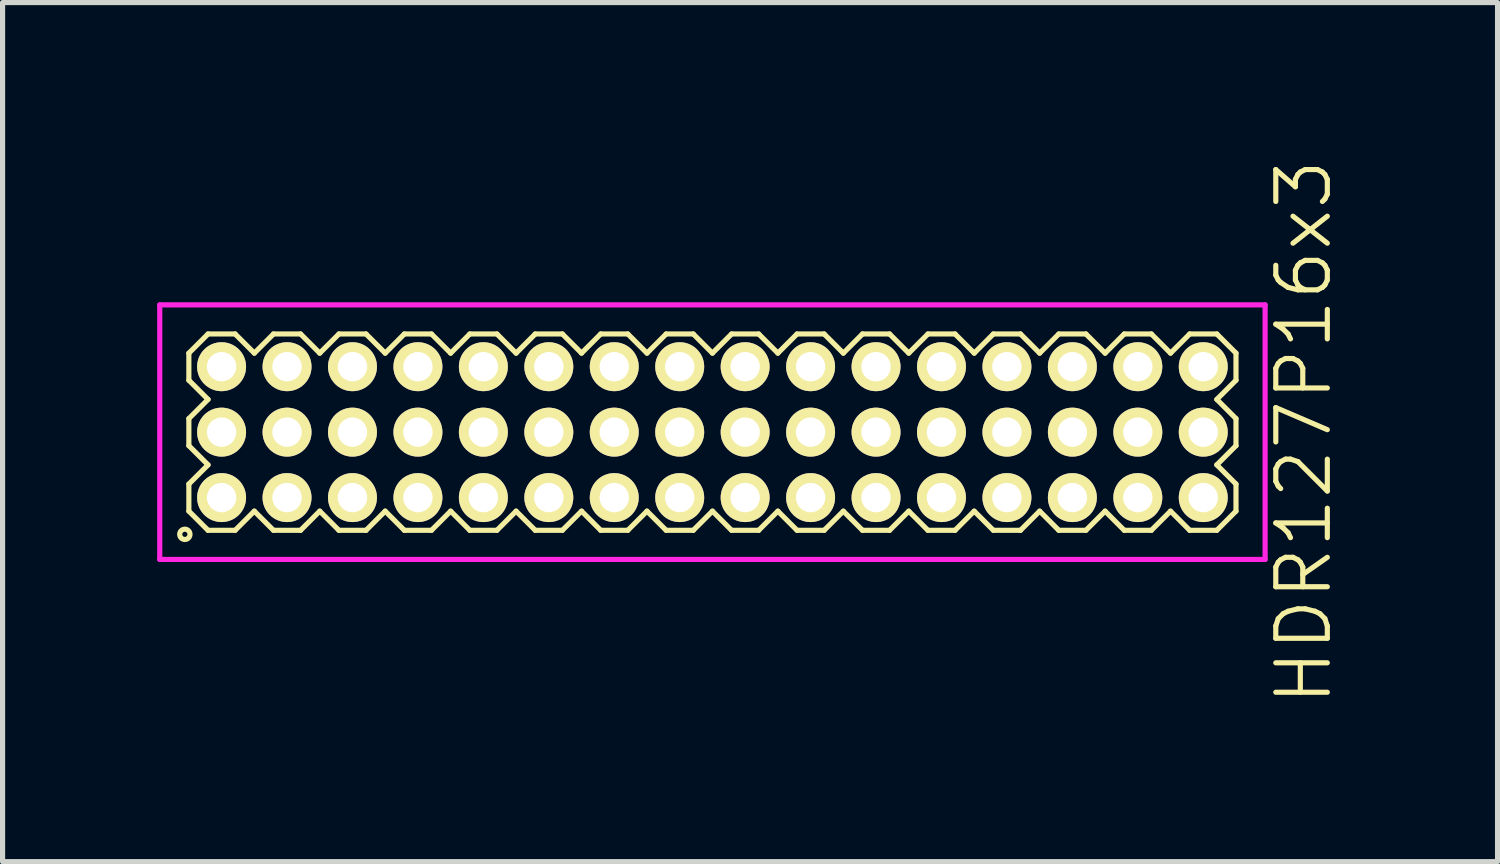
<source format=kicad_pcb>
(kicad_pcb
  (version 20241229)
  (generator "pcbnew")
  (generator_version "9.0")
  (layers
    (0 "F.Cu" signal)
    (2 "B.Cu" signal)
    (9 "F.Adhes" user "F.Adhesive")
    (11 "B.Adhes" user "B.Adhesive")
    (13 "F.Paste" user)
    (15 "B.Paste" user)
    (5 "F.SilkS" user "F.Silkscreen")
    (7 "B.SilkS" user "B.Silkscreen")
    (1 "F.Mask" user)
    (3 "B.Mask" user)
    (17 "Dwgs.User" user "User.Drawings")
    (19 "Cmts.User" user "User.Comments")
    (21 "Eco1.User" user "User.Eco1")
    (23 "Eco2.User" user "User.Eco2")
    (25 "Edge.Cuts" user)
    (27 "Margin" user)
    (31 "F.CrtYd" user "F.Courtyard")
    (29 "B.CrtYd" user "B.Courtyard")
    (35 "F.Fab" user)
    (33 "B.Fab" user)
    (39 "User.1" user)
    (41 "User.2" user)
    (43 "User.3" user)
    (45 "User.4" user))
  (footprint "HDR127P16x3"
    (layer "F.Cu")
    (at 10.775 5.336)
    (property "Reference" "HDR127P16x3" (at 11.475 0 90) (layer "F.SilkS") (effects (font (size 1 1) (thickness 0.1))))
    (attr through_hole)
    (fp_line (start -10.16 -1.533) (end -9.788 -1.905) (stroke (width 0.1) (type solid)) (layer "F.SilkS"))
    (fp_line (start -10.16 -1.007) (end -10.16 -1.533) (stroke (width 0.1) (type solid)) (layer "F.SilkS"))
    (fp_line (start -10.16 -0.263) (end -9.788 -0.635) (stroke (width 0.1) (type solid)) (layer "F.SilkS"))
    (fp_line (start -10.16 0.263) (end -10.16 -0.263) (stroke (width 0.1) (type solid)) (layer "F.SilkS"))
    (fp_line (start -10.16 1.007) (end -9.788 0.635) (stroke (width 0.1) (type solid)) (layer "F.SilkS"))
    (fp_line (start -10.16 1.533) (end -10.16 1.007) (stroke (width 0.1) (type solid)) (layer "F.SilkS"))
    (fp_line (start -9.788 -1.905) (end -9.262 -1.905) (stroke (width 0.1) (type solid)) (layer "F.SilkS"))
    (fp_line (start -9.788 -0.635) (end -10.16 -1.007) (stroke (width 0.1) (type solid)) (layer "F.SilkS"))
    (fp_line (start -9.788 0.635) (end -10.16 0.263) (stroke (width 0.1) (type solid)) (layer "F.SilkS"))
    (fp_line (start -9.788 1.905) (end -10.16 1.533) (stroke (width 0.1) (type solid)) (layer "F.SilkS"))
    (fp_line (start -9.262 -1.905) (end -8.89 -1.533) (stroke (width 0.1) (type solid)) (layer "F.SilkS"))
    (fp_line (start -9.262 1.905) (end -9.788 1.905) (stroke (width 0.1) (type solid)) (layer "F.SilkS"))
    (fp_line (start -8.89 -1.533) (end -8.518 -1.905) (stroke (width 0.1) (type solid)) (layer "F.SilkS"))
    (fp_line (start -8.89 1.533) (end -9.262 1.905) (stroke (width 0.1) (type solid)) (layer "F.SilkS"))
    (fp_line (start -8.518 -1.905) (end -7.992 -1.905) (stroke (width 0.1) (type solid)) (layer "F.SilkS"))
    (fp_line (start -8.518 1.905) (end -8.89 1.533) (stroke (width 0.1) (type solid)) (layer "F.SilkS"))
    (fp_line (start -7.992 -1.905) (end -7.62 -1.533) (stroke (width 0.1) (type solid)) (layer "F.SilkS"))
    (fp_line (start -7.992 1.905) (end -8.518 1.905) (stroke (width 0.1) (type solid)) (layer "F.SilkS"))
    (fp_line (start -7.62 -1.533) (end -7.248 -1.905) (stroke (width 0.1) (type solid)) (layer "F.SilkS"))
    (fp_line (start -7.62 1.533) (end -7.992 1.905) (stroke (width 0.1) (type solid)) (layer "F.SilkS"))
    (fp_line (start -7.248 -1.905) (end -6.722 -1.905) (stroke (width 0.1) (type solid)) (layer "F.SilkS"))
    (fp_line (start -7.248 1.905) (end -7.62 1.533) (stroke (width 0.1) (type solid)) (layer "F.SilkS"))
    (fp_line (start -6.722 -1.905) (end -6.35 -1.533) (stroke (width 0.1) (type solid)) (layer "F.SilkS"))
    (fp_line (start -6.722 1.905) (end -7.248 1.905) (stroke (width 0.1) (type solid)) (layer "F.SilkS"))
    (fp_line (start -6.35 -1.533) (end -5.978 -1.905) (stroke (width 0.1) (type solid)) (layer "F.SilkS"))
    (fp_line (start -6.35 1.533) (end -6.722 1.905) (stroke (width 0.1) (type solid)) (layer "F.SilkS"))
    (fp_line (start -5.978 -1.905) (end -5.452 -1.905) (stroke (width 0.1) (type solid)) (layer "F.SilkS"))
    (fp_line (start -5.978 1.905) (end -6.35 1.533) (stroke (width 0.1) (type solid)) (layer "F.SilkS"))
    (fp_line (start -5.452 -1.905) (end -5.08 -1.533) (stroke (width 0.1) (type solid)) (layer "F.SilkS"))
    (fp_line (start -5.452 1.905) (end -5.978 1.905) (stroke (width 0.1) (type solid)) (layer "F.SilkS"))
    (fp_line (start -5.08 -1.533) (end -4.708 -1.905) (stroke (width 0.1) (type solid)) (layer "F.SilkS"))
    (fp_line (start -5.08 1.533) (end -5.452 1.905) (stroke (width 0.1) (type solid)) (layer "F.SilkS"))
    (fp_line (start -4.708 -1.905) (end -4.182 -1.905) (stroke (width 0.1) (type solid)) (layer "F.SilkS"))
    (fp_line (start -4.708 1.905) (end -5.08 1.533) (stroke (width 0.1) (type solid)) (layer "F.SilkS"))
    (fp_line (start -4.182 -1.905) (end -3.81 -1.533) (stroke (width 0.1) (type solid)) (layer "F.SilkS"))
    (fp_line (start -4.182 1.905) (end -4.708 1.905) (stroke (width 0.1) (type solid)) (layer "F.SilkS"))
    (fp_line (start -3.81 -1.533) (end -3.438 -1.905) (stroke (width 0.1) (type solid)) (layer "F.SilkS"))
    (fp_line (start -3.81 1.533) (end -4.182 1.905) (stroke (width 0.1) (type solid)) (layer "F.SilkS"))
    (fp_line (start -3.438 -1.905) (end -2.912 -1.905) (stroke (width 0.1) (type solid)) (layer "F.SilkS"))
    (fp_line (start -3.438 1.905) (end -3.81 1.533) (stroke (width 0.1) (type solid)) (layer "F.SilkS"))
    (fp_line (start -2.912 -1.905) (end -2.54 -1.533) (stroke (width 0.1) (type solid)) (layer "F.SilkS"))
    (fp_line (start -2.912 1.905) (end -3.438 1.905) (stroke (width 0.1) (type solid)) (layer "F.SilkS"))
    (fp_line (start -2.54 -1.533) (end -2.168 -1.905) (stroke (width 0.1) (type solid)) (layer "F.SilkS"))
    (fp_line (start -2.54 1.533) (end -2.912 1.905) (stroke (width 0.1) (type solid)) (layer "F.SilkS"))
    (fp_line (start -2.168 -1.905) (end -1.642 -1.905) (stroke (width 0.1) (type solid)) (layer "F.SilkS"))
    (fp_line (start -2.168 1.905) (end -2.54 1.533) (stroke (width 0.1) (type solid)) (layer "F.SilkS"))
    (fp_line (start -1.642 -1.905) (end -1.27 -1.533) (stroke (width 0.1) (type solid)) (layer "F.SilkS"))
    (fp_line (start -1.642 1.905) (end -2.168 1.905) (stroke (width 0.1) (type solid)) (layer "F.SilkS"))
    (fp_line (start -1.27 -1.533) (end -0.898 -1.905) (stroke (width 0.1) (type solid)) (layer "F.SilkS"))
    (fp_line (start -1.27 1.533) (end -1.642 1.905) (stroke (width 0.1) (type solid)) (layer "F.SilkS"))
    (fp_line (start -0.898 -1.905) (end -0.372 -1.905) (stroke (width 0.1) (type solid)) (layer "F.SilkS"))
    (fp_line (start -0.898 1.905) (end -1.27 1.533) (stroke (width 0.1) (type solid)) (layer "F.SilkS"))
    (fp_line (start -0.372 -1.905) (end 0 -1.533) (stroke (width 0.1) (type solid)) (layer "F.SilkS"))
    (fp_line (start -0.372 1.905) (end -0.898 1.905) (stroke (width 0.1) (type solid)) (layer "F.SilkS"))
    (fp_line (start 0 -1.533) (end 0.372 -1.905) (stroke (width 0.1) (type solid)) (layer "F.SilkS"))
    (fp_line (start 0 1.533) (end -0.372 1.905) (stroke (width 0.1) (type solid)) (layer "F.SilkS"))
    (fp_line (start 0.372 -1.905) (end 0.898 -1.905) (stroke (width 0.1) (type solid)) (layer "F.SilkS"))
    (fp_line (start 0.372 1.905) (end 0 1.533) (stroke (width 0.1) (type solid)) (layer "F.SilkS"))
    (fp_line (start 0.898 -1.905) (end 1.27 -1.533) (stroke (width 0.1) (type solid)) (layer "F.SilkS"))
    (fp_line (start 0.898 1.905) (end 0.372 1.905) (stroke (width 0.1) (type solid)) (layer "F.SilkS"))
    (fp_line (start 1.27 -1.533) (end 1.642 -1.905) (stroke (width 0.1) (type solid)) (layer "F.SilkS"))
    (fp_line (start 1.27 1.533) (end 0.898 1.905) (stroke (width 0.1) (type solid)) (layer "F.SilkS"))
    (fp_line (start 1.642 -1.905) (end 2.168 -1.905) (stroke (width 0.1) (type solid)) (layer "F.SilkS"))
    (fp_line (start 1.642 1.905) (end 1.27 1.533) (stroke (width 0.1) (type solid)) (layer "F.SilkS"))
    (fp_line (start 2.168 -1.905) (end 2.54 -1.533) (stroke (width 0.1) (type solid)) (layer "F.SilkS"))
    (fp_line (start 2.168 1.905) (end 1.642 1.905) (stroke (width 0.1) (type solid)) (layer "F.SilkS"))
    (fp_line (start 2.54 -1.533) (end 2.912 -1.905) (stroke (width 0.1) (type solid)) (layer "F.SilkS"))
    (fp_line (start 2.54 1.533) (end 2.168 1.905) (stroke (width 0.1) (type solid)) (layer "F.SilkS"))
    (fp_line (start 2.912 -1.905) (end 3.438 -1.905) (stroke (width 0.1) (type solid)) (layer "F.SilkS"))
    (fp_line (start 2.912 1.905) (end 2.54 1.533) (stroke (width 0.1) (type solid)) (layer "F.SilkS"))
    (fp_line (start 3.438 -1.905) (end 3.81 -1.533) (stroke (width 0.1) (type solid)) (layer "F.SilkS"))
    (fp_line (start 3.438 1.905) (end 2.912 1.905) (stroke (width 0.1) (type solid)) (layer "F.SilkS"))
    (fp_line (start 3.81 -1.533) (end 4.182 -1.905) (stroke (width 0.1) (type solid)) (layer "F.SilkS"))
    (fp_line (start 3.81 1.533) (end 3.438 1.905) (stroke (width 0.1) (type solid)) (layer "F.SilkS"))
    (fp_line (start 4.182 -1.905) (end 4.708 -1.905) (stroke (width 0.1) (type solid)) (layer "F.SilkS"))
    (fp_line (start 4.182 1.905) (end 3.81 1.533) (stroke (width 0.1) (type solid)) (layer "F.SilkS"))
    (fp_line (start 4.708 -1.905) (end 5.08 -1.533) (stroke (width 0.1) (type solid)) (layer "F.SilkS"))
    (fp_line (start 4.708 1.905) (end 4.182 1.905) (stroke (width 0.1) (type solid)) (layer "F.SilkS"))
    (fp_line (start 5.08 -1.533) (end 5.452 -1.905) (stroke (width 0.1) (type solid)) (layer "F.SilkS"))
    (fp_line (start 5.08 1.533) (end 4.708 1.905) (stroke (width 0.1) (type solid)) (layer "F.SilkS"))
    (fp_line (start 5.452 -1.905) (end 5.978 -1.905) (stroke (width 0.1) (type solid)) (layer "F.SilkS"))
    (fp_line (start 5.452 1.905) (end 5.08 1.533) (stroke (width 0.1) (type solid)) (layer "F.SilkS"))
    (fp_line (start 5.978 -1.905) (end 6.35 -1.533) (stroke (width 0.1) (type solid)) (layer "F.SilkS"))
    (fp_line (start 5.978 1.905) (end 5.452 1.905) (stroke (width 0.1) (type solid)) (layer "F.SilkS"))
    (fp_line (start 6.35 -1.533) (end 6.722 -1.905) (stroke (width 0.1) (type solid)) (layer "F.SilkS"))
    (fp_line (start 6.35 1.533) (end 5.978 1.905) (stroke (width 0.1) (type solid)) (layer "F.SilkS"))
    (fp_line (start 6.722 -1.905) (end 7.248 -1.905) (stroke (width 0.1) (type solid)) (layer "F.SilkS"))
    (fp_line (start 6.722 1.905) (end 6.35 1.533) (stroke (width 0.1) (type solid)) (layer "F.SilkS"))
    (fp_line (start 7.248 -1.905) (end 7.62 -1.533) (stroke (width 0.1) (type solid)) (layer "F.SilkS"))
    (fp_line (start 7.248 1.905) (end 6.722 1.905) (stroke (width 0.1) (type solid)) (layer "F.SilkS"))
    (fp_line (start 7.62 -1.533) (end 7.992 -1.905) (stroke (width 0.1) (type solid)) (layer "F.SilkS"))
    (fp_line (start 7.62 1.533) (end 7.248 1.905) (stroke (width 0.1) (type solid)) (layer "F.SilkS"))
    (fp_line (start 7.992 -1.905) (end 8.518 -1.905) (stroke (width 0.1) (type solid)) (layer "F.SilkS"))
    (fp_line (start 7.992 1.905) (end 7.62 1.533) (stroke (width 0.1) (type solid)) (layer "F.SilkS"))
    (fp_line (start 8.518 -1.905) (end 8.89 -1.533) (stroke (width 0.1) (type solid)) (layer "F.SilkS"))
    (fp_line (start 8.518 1.905) (end 7.992 1.905) (stroke (width 0.1) (type solid)) (layer "F.SilkS"))
    (fp_line (start 8.89 -1.533) (end 9.262 -1.905) (stroke (width 0.1) (type solid)) (layer "F.SilkS"))
    (fp_line (start 8.89 1.533) (end 8.518 1.905) (stroke (width 0.1) (type solid)) (layer "F.SilkS"))
    (fp_line (start 9.262 -1.905) (end 9.788 -1.905) (stroke (width 0.1) (type solid)) (layer "F.SilkS"))
    (fp_line (start 9.262 1.905) (end 8.89 1.533) (stroke (width 0.1) (type solid)) (layer "F.SilkS"))
    (fp_line (start 9.788 -1.905) (end 10.16 -1.533) (stroke (width 0.1) (type solid)) (layer "F.SilkS"))
    (fp_line (start 9.788 -0.635) (end 10.16 -0.263) (stroke (width 0.1) (type solid)) (layer "F.SilkS"))
    (fp_line (start 9.788 0.635) (end 10.16 1.007) (stroke (width 0.1) (type solid)) (layer "F.SilkS"))
    (fp_line (start 9.788 1.905) (end 9.262 1.905) (stroke (width 0.1) (type solid)) (layer "F.SilkS"))
    (fp_line (start 10.16 -1.533) (end 10.16 -1.007) (stroke (width 0.1) (type solid)) (layer "F.SilkS"))
    (fp_line (start 10.16 -1.007) (end 9.788 -0.635) (stroke (width 0.1) (type solid)) (layer "F.SilkS"))
    (fp_line (start 10.16 -0.263) (end 10.16 0.263) (stroke (width 0.1) (type solid)) (layer "F.SilkS"))
    (fp_line (start 10.16 0.263) (end 9.788 0.635) (stroke (width 0.1) (type solid)) (layer "F.SilkS"))
    (fp_line (start 10.16 1.007) (end 10.16 1.533) (stroke (width 0.1) (type solid)) (layer "F.SilkS"))
    (fp_line (start 10.16 1.533) (end 9.788 1.905) (stroke (width 0.1) (type solid)) (layer "F.SilkS"))
    (fp_circle (center -10.238 1.983) (end -10.138 1.983) (stroke (width 0.1) (type solid)) (fill no) (layer "F.SilkS"))
    (fp_line (start -10.725 -2.47) (end -10.725 2.47) (stroke (width 0.1) (type solid)) (layer "F.CrtYd"))
    (fp_line (start -10.725 2.47) (end 10.725 2.47) (stroke (width 0.1) (type solid)) (layer "F.CrtYd"))
    (fp_line (start 10.725 -2.47) (end -10.725 -2.47) (stroke (width 0.1) (type solid)) (layer "F.CrtYd"))
    (fp_line (start 10.725 2.47) (end 10.725 -2.47) (stroke (width 0.1) (type solid)) (layer "F.CrtYd"))
    (pad "1" thru_hole oval (at -9.525 1.27) (size 0.95 0.95) (drill 0.57) (layers "*.Cu" "*.Mask" "F.SilkS"))
    (pad "2" thru_hole oval (at -9.525 0) (size 0.95 0.95) (drill 0.57) (layers "*.Cu" "*.Mask" "F.SilkS"))
    (pad "3" thru_hole oval (at -9.525 -1.27) (size 0.95 0.95) (drill 0.57) (layers "*.Cu" "*.Mask" "F.SilkS"))
    (pad "4" thru_hole oval (at -8.255 1.27) (size 0.95 0.95) (drill 0.57) (layers "*.Cu" "*.Mask" "F.SilkS"))
    (pad "5" thru_hole oval (at -8.255 0) (size 0.95 0.95) (drill 0.57) (layers "*.Cu" "*.Mask" "F.SilkS"))
    (pad "6" thru_hole oval (at -8.255 -1.27) (size 0.95 0.95) (drill 0.57) (layers "*.Cu" "*.Mask" "F.SilkS"))
    (pad "7" thru_hole oval (at -6.985 1.27) (size 0.95 0.95) (drill 0.57) (layers "*.Cu" "*.Mask" "F.SilkS"))
    (pad "8" thru_hole oval (at -6.985 0) (size 0.95 0.95) (drill 0.57) (layers "*.Cu" "*.Mask" "F.SilkS"))
    (pad "9" thru_hole oval (at -6.985 -1.27) (size 0.95 0.95) (drill 0.57) (layers "*.Cu" "*.Mask" "F.SilkS"))
    (pad "10" thru_hole oval (at -5.715 1.27) (size 0.95 0.95) (drill 0.57) (layers "*.Cu" "*.Mask" "F.SilkS"))
    (pad "11" thru_hole oval (at -5.715 0) (size 0.95 0.95) (drill 0.57) (layers "*.Cu" "*.Mask" "F.SilkS"))
    (pad "12" thru_hole oval (at -5.715 -1.27) (size 0.95 0.95) (drill 0.57) (layers "*.Cu" "*.Mask" "F.SilkS"))
    (pad "13" thru_hole oval (at -4.445 1.27) (size 0.95 0.95) (drill 0.57) (layers "*.Cu" "*.Mask" "F.SilkS"))
    (pad "14" thru_hole oval (at -4.445 0) (size 0.95 0.95) (drill 0.57) (layers "*.Cu" "*.Mask" "F.SilkS"))
    (pad "15" thru_hole oval (at -4.445 -1.27) (size 0.95 0.95) (drill 0.57) (layers "*.Cu" "*.Mask" "F.SilkS"))
    (pad "16" thru_hole oval (at -3.175 1.27) (size 0.95 0.95) (drill 0.57) (layers "*.Cu" "*.Mask" "F.SilkS"))
    (pad "17" thru_hole oval (at -3.175 0) (size 0.95 0.95) (drill 0.57) (layers "*.Cu" "*.Mask" "F.SilkS"))
    (pad "18" thru_hole oval (at -3.175 -1.27) (size 0.95 0.95) (drill 0.57) (layers "*.Cu" "*.Mask" "F.SilkS"))
    (pad "19" thru_hole oval (at -1.905 1.27) (size 0.95 0.95) (drill 0.57) (layers "*.Cu" "*.Mask" "F.SilkS"))
    (pad "20" thru_hole oval (at -1.905 0) (size 0.95 0.95) (drill 0.57) (layers "*.Cu" "*.Mask" "F.SilkS"))
    (pad "21" thru_hole oval (at -1.905 -1.27) (size 0.95 0.95) (drill 0.57) (layers "*.Cu" "*.Mask" "F.SilkS"))
    (pad "22" thru_hole oval (at -0.635 1.27) (size 0.95 0.95) (drill 0.57) (layers "*.Cu" "*.Mask" "F.SilkS"))
    (pad "23" thru_hole oval (at -0.635 0) (size 0.95 0.95) (drill 0.57) (layers "*.Cu" "*.Mask" "F.SilkS"))
    (pad "24" thru_hole oval (at -0.635 -1.27) (size 0.95 0.95) (drill 0.57) (layers "*.Cu" "*.Mask" "F.SilkS"))
    (pad "25" thru_hole oval (at 0.635 1.27) (size 0.95 0.95) (drill 0.57) (layers "*.Cu" "*.Mask" "F.SilkS"))
    (pad "26" thru_hole oval (at 0.635 0) (size 0.95 0.95) (drill 0.57) (layers "*.Cu" "*.Mask" "F.SilkS"))
    (pad "27" thru_hole oval (at 0.635 -1.27) (size 0.95 0.95) (drill 0.57) (layers "*.Cu" "*.Mask" "F.SilkS"))
    (pad "28" thru_hole oval (at 1.905 1.27) (size 0.95 0.95) (drill 0.57) (layers "*.Cu" "*.Mask" "F.SilkS"))
    (pad "29" thru_hole oval (at 1.905 0) (size 0.95 0.95) (drill 0.57) (layers "*.Cu" "*.Mask" "F.SilkS"))
    (pad "30" thru_hole oval (at 1.905 -1.27) (size 0.95 0.95) (drill 0.57) (layers "*.Cu" "*.Mask" "F.SilkS"))
    (pad "31" thru_hole oval (at 3.175 1.27) (size 0.95 0.95) (drill 0.57) (layers "*.Cu" "*.Mask" "F.SilkS"))
    (pad "32" thru_hole oval (at 3.175 0) (size 0.95 0.95) (drill 0.57) (layers "*.Cu" "*.Mask" "F.SilkS"))
    (pad "33" thru_hole oval (at 3.175 -1.27) (size 0.95 0.95) (drill 0.57) (layers "*.Cu" "*.Mask" "F.SilkS"))
    (pad "34" thru_hole oval (at 4.445 1.27) (size 0.95 0.95) (drill 0.57) (layers "*.Cu" "*.Mask" "F.SilkS"))
    (pad "35" thru_hole oval (at 4.445 0) (size 0.95 0.95) (drill 0.57) (layers "*.Cu" "*.Mask" "F.SilkS"))
    (pad "36" thru_hole oval (at 4.445 -1.27) (size 0.95 0.95) (drill 0.57) (layers "*.Cu" "*.Mask" "F.SilkS"))
    (pad "37" thru_hole oval (at 5.715 1.27) (size 0.95 0.95) (drill 0.57) (layers "*.Cu" "*.Mask" "F.SilkS"))
    (pad "38" thru_hole oval (at 5.715 0) (size 0.95 0.95) (drill 0.57) (layers "*.Cu" "*.Mask" "F.SilkS"))
    (pad "39" thru_hole oval (at 5.715 -1.27) (size 0.95 0.95) (drill 0.57) (layers "*.Cu" "*.Mask" "F.SilkS"))
    (pad "40" thru_hole oval (at 6.985 1.27) (size 0.95 0.95) (drill 0.57) (layers "*.Cu" "*.Mask" "F.SilkS"))
    (pad "41" thru_hole oval (at 6.985 0) (size 0.95 0.95) (drill 0.57) (layers "*.Cu" "*.Mask" "F.SilkS"))
    (pad "42" thru_hole oval (at 6.985 -1.27) (size 0.95 0.95) (drill 0.57) (layers "*.Cu" "*.Mask" "F.SilkS"))
    (pad "43" thru_hole oval (at 8.255 1.27) (size 0.95 0.95) (drill 0.57) (layers "*.Cu" "*.Mask" "F.SilkS"))
    (pad "44" thru_hole oval (at 8.255 0) (size 0.95 0.95) (drill 0.57) (layers "*.Cu" "*.Mask" "F.SilkS"))
    (pad "45" thru_hole oval (at 8.255 -1.27) (size 0.95 0.95) (drill 0.57) (layers "*.Cu" "*.Mask" "F.SilkS"))
    (pad "46" thru_hole oval (at 9.525 1.27) (size 0.95 0.95) (drill 0.57) (layers "*.Cu" "*.Mask" "F.SilkS"))
    (pad "47" thru_hole oval (at 9.525 0) (size 0.95 0.95) (drill 0.57) (layers "*.Cu" "*.Mask" "F.SilkS"))
    (pad "48" thru_hole oval (at 9.525 -1.27) (size 0.95 0.95) (drill 0.57) (layers "*.Cu" "*.Mask" "F.SilkS")))
  (gr_rect
    (start -3 -3)
    (end 26.011 13.671)
    (stroke (width 0.1) (type default))
    (fill no)
    (layer "Edge.Cuts")))
</source>
